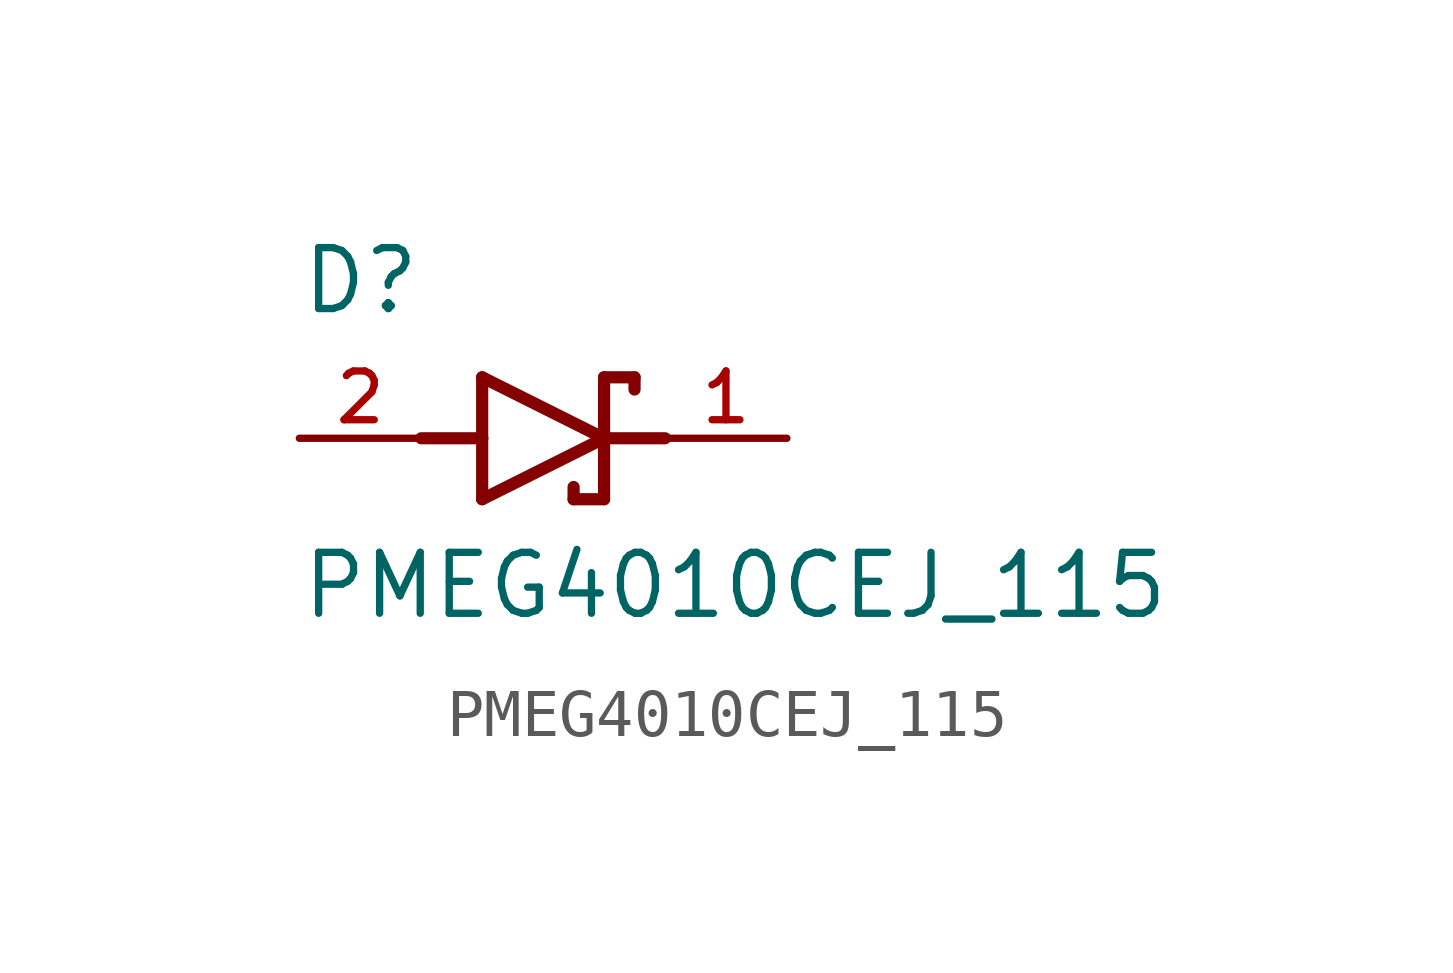
<source format=kicad_sym>
(kicad_symbol_lib
  (version 20211014)
  (generator kicad_symbol_editor)
  (symbol "PMEG4010CEJ_115"
    (pin_names
      (offset 1.016))
    (property "Reference" "D"
      (at -5.08 2.54 0)
      (effects (font (size 1.27 1.27)) (justify bottom left)))
    (property "Value" "PMEG4010CEJ_115"
      (at -5.08 -3.81 0)
      (effects (font (size 1.27 1.27)) (justify bottom left)))
    (symbol "PMEG4010CEJ_115_0_0"
      (polyline (pts (xy -1.27 -1.27) (xy 1.27 0.0)) (stroke (width 0.254)))
      (polyline (pts (xy 1.27 0.0) (xy -1.27 1.27)) (stroke (width 0.254)))
      (polyline (pts (xy 1.905 1.27) (xy 1.27 1.27)) (stroke (width 0.254)))
      (polyline (pts (xy 1.27 1.27) (xy 1.27 0.0)) (stroke (width 0.254)))
      (polyline (pts (xy -1.27 1.27) (xy -1.27 0.0)) (stroke (width 0.254)))
      (polyline (pts (xy -1.27 0.0) (xy -1.27 -1.27)) (stroke (width 0.254)))
      (polyline (pts (xy 1.27 0.0) (xy 1.27 -1.27)) (stroke (width 0.254)))
      (polyline (pts (xy 1.905 1.27) (xy 1.905 1.016)) (stroke (width 0.254)))
      (polyline (pts (xy 1.27 -1.27) (xy 0.635 -1.27)) (stroke (width 0.254)))
      (polyline (pts (xy 0.635 -1.016) (xy 0.635 -1.27)) (stroke (width 0.254)))
      (polyline (pts (xy -2.54 0.0) (xy -1.27 0.0)) (stroke (width 0.254)))
      (polyline (pts (xy 2.54 0.0) (xy 1.27 0.0)) (stroke (width 0.254)))
      (pin passive line (at 5.08 0.0 180.0) (length 2.54) (name "~" (effects (font (size 1.016 1.016)))) (number "1" (effects (font (size 1.016 1.016)))))
      (pin passive line (at -5.08 0.0 0) (length 2.54) (name "~" (effects (font (size 1.016 1.016)))) (number "2" (effects (font (size 1.016 1.016))))))))
</source>
